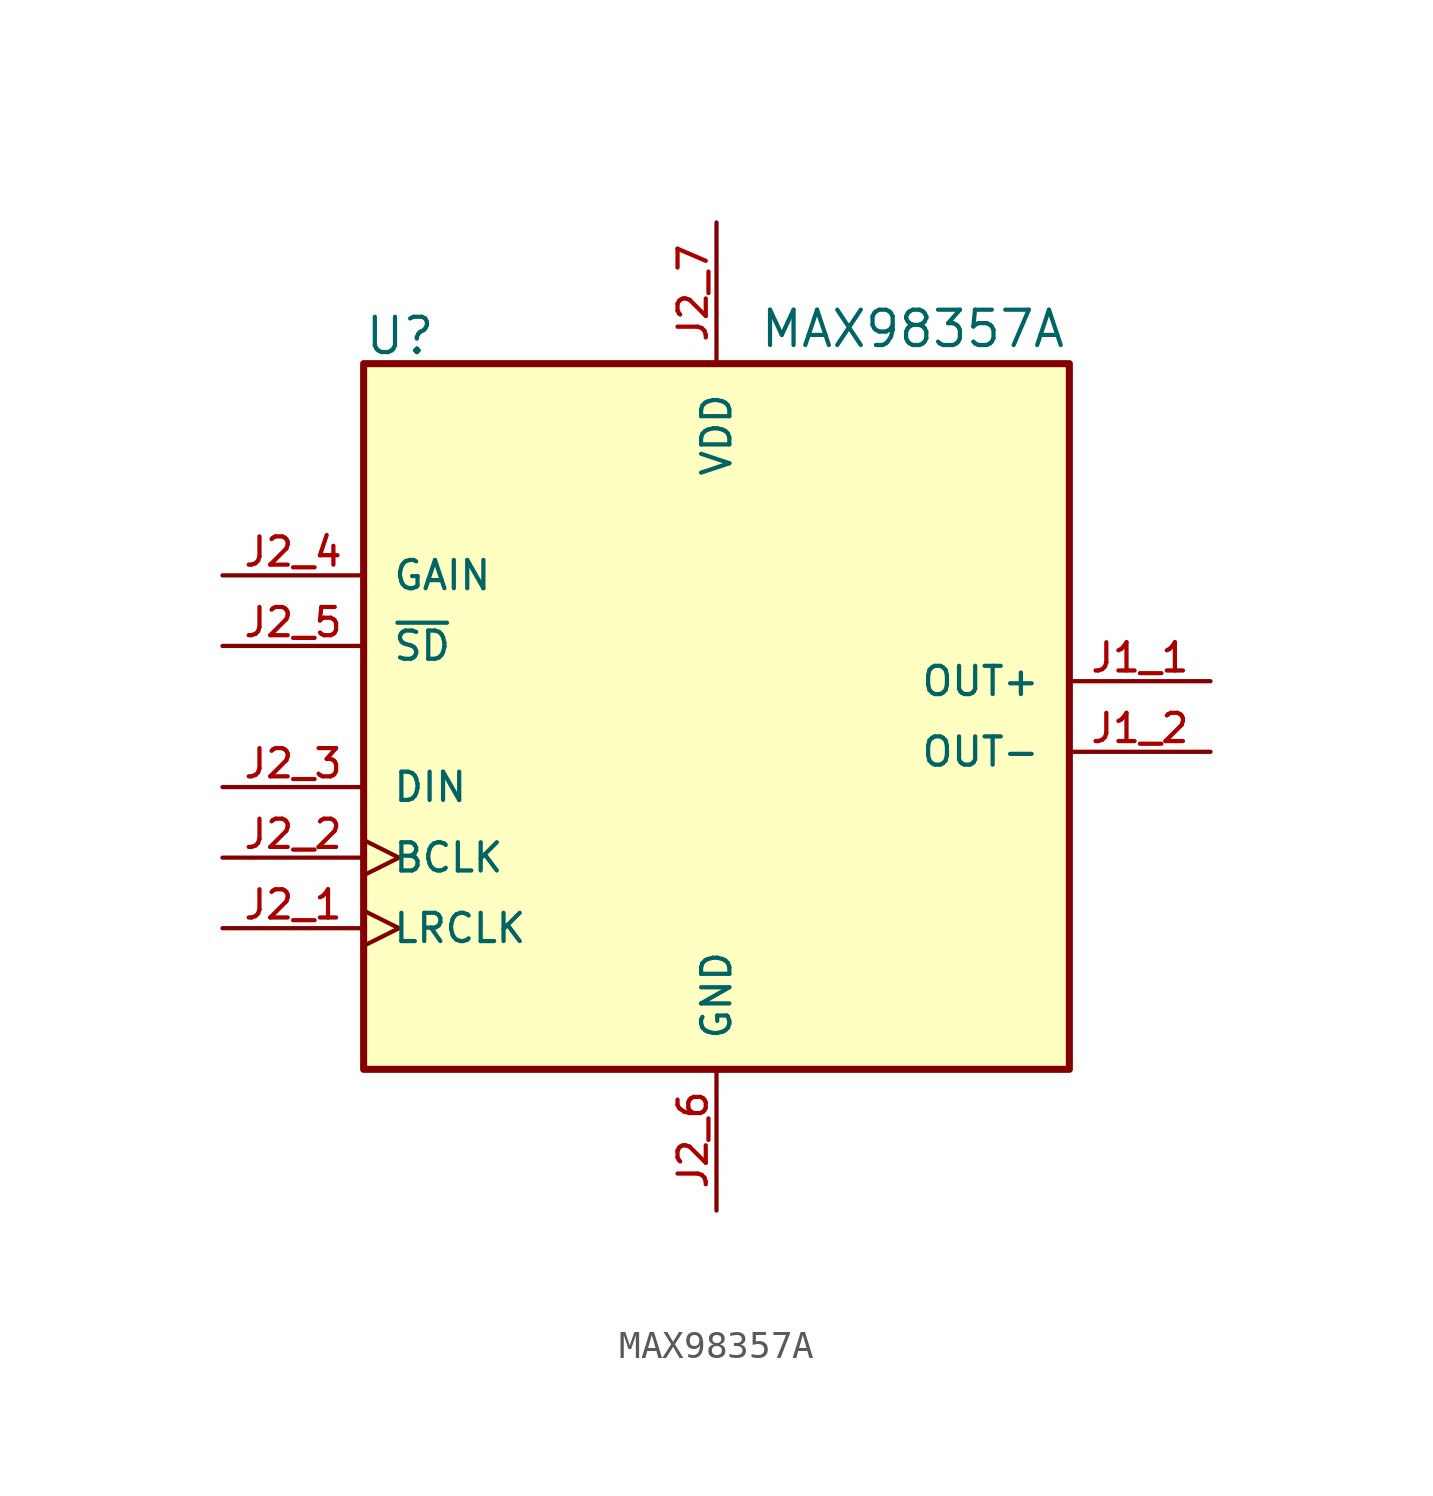
<source format=kicad_sym>
(kicad_symbol_lib
  (version 20231120)
  (generator "kicad_symbol_editor")
  (generator_version "8.0")
  (symbol "MAX98357A"
    (pin_names
      (offset 1.016))
    (property "Reference" "U"
      (at -12.7 12.954 0)
      (effects (font (size 1.27 1.27)) (justify left bottom)))
    (property "Value" "MAX98357A"
      (at 1.524 13.208 0)
      (effects (font (size 1.27 1.27)) (justify left bottom)))
    (symbol "MAX98357A_0_0"
      (rectangle (start -12.7 -12.7) (end 12.7 12.7) (stroke (width 0.254) (type default)) (fill (type background)))
      (pin output line (at 17.78 1.27 180) (length 5.08) (name "OUT+" (effects (font (size 1.016 1.016)))) (number "J1_1" (effects (font (size 1.016 1.016)))))
      (pin output line (at 17.78 -1.27 180) (length 5.08) (name "OUT-" (effects (font (size 1.016 1.016)))) (number "J1_2" (effects (font (size 1.016 1.016)))))
      (pin input clock (at -17.78 -7.62 0) (length 5.08) (name "LRCLK" (effects (font (size 1.016 1.016)))) (number "J2_1" (effects (font (size 1.016 1.016)))))
      (pin input clock (at -17.78 -5.08 0) (length 5.08) (name "BCLK" (effects (font (size 1.016 1.016)))) (number "J2_2" (effects (font (size 1.016 1.016)))))
      (pin input line (at -17.78 -2.54 0) (length 5.08) (name "DIN" (effects (font (size 1.016 1.016)))) (number "J2_3" (effects (font (size 1.016 1.016)))))
      (pin input line (at -17.78 5.08 0) (length 5.08) (name "GAIN" (effects (font (size 1.016 1.016)))) (number "J2_4" (effects (font (size 1.016 1.016)))))
      (pin input line (at -17.78 2.54 0) (length 5.08) (name "~{SD}" (effects (font (size 1.016 1.016)))) (number "J2_5" (effects (font (size 1.016 1.016)))))
      (pin power_in line (at 0 -17.78 90) (length 5.08) (name "GND" (effects (font (size 1.016 1.016)))) (number "J2_6" (effects (font (size 1.016 1.016)))))
      (pin power_in line (at 0 17.78 270) (length 5.08) (name "VDD" (effects (font (size 1.016 1.016)))) (number "J2_7" (effects (font (size 1.016 1.016))))))))
</source>
